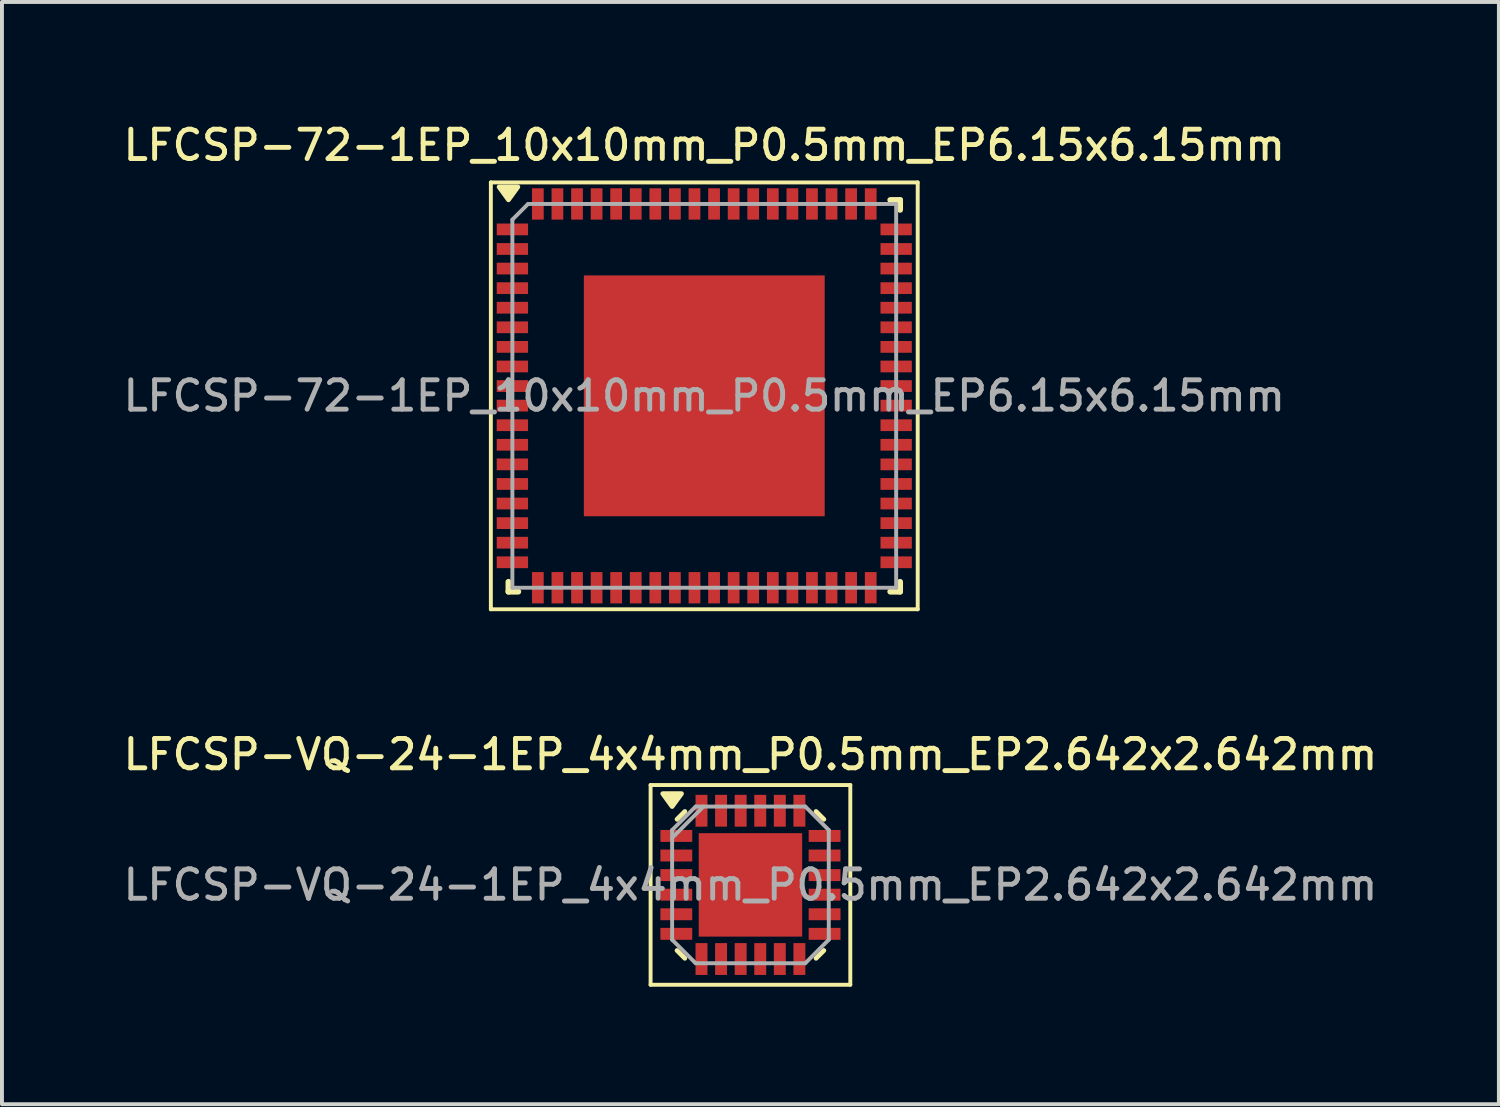
<source format=kicad_pcb>
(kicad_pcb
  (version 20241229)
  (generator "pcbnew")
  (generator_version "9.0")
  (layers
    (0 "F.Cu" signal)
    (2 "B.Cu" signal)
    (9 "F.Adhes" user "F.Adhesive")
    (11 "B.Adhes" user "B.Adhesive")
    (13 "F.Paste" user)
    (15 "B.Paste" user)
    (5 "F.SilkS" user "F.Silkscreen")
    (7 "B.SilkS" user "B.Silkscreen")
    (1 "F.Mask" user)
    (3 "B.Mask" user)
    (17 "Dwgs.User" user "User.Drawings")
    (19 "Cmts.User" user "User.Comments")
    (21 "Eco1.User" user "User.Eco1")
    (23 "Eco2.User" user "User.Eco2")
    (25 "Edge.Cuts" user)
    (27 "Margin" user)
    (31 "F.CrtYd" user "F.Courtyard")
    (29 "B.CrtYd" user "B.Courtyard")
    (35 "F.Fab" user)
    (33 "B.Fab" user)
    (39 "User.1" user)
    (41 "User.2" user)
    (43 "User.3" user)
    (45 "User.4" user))
  (footprint "LFCSP-72-1EP_10x10mm_P0.5mm_EP6.15x6.15mm"
    (layer "F.Cu")
    (at 14.934 7.058)
    (property "Reference" "LFCSP-72-1EP_10x10mm_P0.5mm_EP6.15x6.15mm" (at 0 -6.4 0) (layer "F.SilkS") (effects (font (size 0.75 0.75) (thickness 0.125))))
    (attr smd)
    (fp_line (start -5.45 -5.45) (end 5.45 -5.45) (stroke (width 0.1) (type solid)) (layer "F.SilkS"))
    (fp_line (start -5.45 5.45) (end -5.45 -5.45) (stroke (width 0.1) (type solid)) (layer "F.SilkS"))
    (fp_line (start -5 5) (end -5 4.75) (stroke (width 0.15) (type solid)) (layer "F.SilkS"))
    (fp_line (start -4.75 5) (end -5 5) (stroke (width 0.15) (type solid)) (layer "F.SilkS"))
    (fp_line (start 4.75 -5) (end 5 -5) (stroke (width 0.15) (type solid)) (layer "F.SilkS"))
    (fp_line (start 4.75 5) (end 5 5) (stroke (width 0.15) (type solid)) (layer "F.SilkS"))
    (fp_line (start 5 -5) (end 5 -4.75) (stroke (width 0.15) (type solid)) (layer "F.SilkS"))
    (fp_line (start 5 5) (end 5 4.75) (stroke (width 0.15) (type solid)) (layer "F.SilkS"))
    (fp_line (start 5.45 -5.45) (end 5.45 5.45) (stroke (width 0.1) (type solid)) (layer "F.SilkS"))
    (fp_line (start 5.45 5.45) (end -5.45 5.45) (stroke (width 0.1) (type solid)) (layer "F.SilkS"))
    (fp_poly (pts (xy -5 -5.005) (xy -5.24 -5.335) (xy -4.76 -5.335) (xy -5 -5.005)) (stroke (width 0.12) (type solid)) (fill yes) (layer "F.SilkS"))
    (fp_line (start -4.9 -4.5) (end -4.5 -4.9) (stroke (width 0.1) (type solid)) (layer "F.Fab"))
    (fp_line (start -4.9 4.9) (end -4.9 -4.5) (stroke (width 0.1) (type solid)) (layer "F.Fab"))
    (fp_line (start -4.5 -4.9) (end 4.9 -4.9) (stroke (width 0.1) (type solid)) (layer "F.Fab"))
    (fp_line (start 4.9 -4.9) (end 4.9 4.9) (stroke (width 0.1) (type solid)) (layer "F.Fab"))
    (fp_line (start 4.9 4.9) (end -4.9 4.9) (stroke (width 0.1) (type solid)) (layer "F.Fab"))
    (fp_text user "${REFERENCE}" (at 0 0 0) (layer "F.Fab") (effects (font (size 0.75 0.75) (thickness 0.125))))
    (pad "" smd rect (at -1.4 -1.4) (size 2.5 2.5) (layers "F.Paste"))
    (pad "" smd rect (at -1.4 1.4) (size 2.5 2.5) (layers "F.Paste"))
    (pad "" smd rect (at 1.4 -1.4) (size 2.5 2.5) (layers "F.Paste"))
    (pad "" smd rect (at 1.4 1.4) (size 2.5 2.5) (layers "F.Paste"))
    (pad "1" smd rect (at -4.9 -4.25 90) (size 0.3 0.8) (layers "F.Cu" "F.Mask" "F.Paste"))
    (pad "2" smd rect (at -4.9 -3.75 90) (size 0.3 0.8) (layers "F.Cu" "F.Mask" "F.Paste"))
    (pad "3" smd rect (at -4.9 -3.25 90) (size 0.3 0.8) (layers "F.Cu" "F.Mask" "F.Paste"))
    (pad "4" smd rect (at -4.9 -2.75 90) (size 0.3 0.8) (layers "F.Cu" "F.Mask" "F.Paste"))
    (pad "5" smd rect (at -4.9 -2.25 90) (size 0.3 0.8) (layers "F.Cu" "F.Mask" "F.Paste"))
    (pad "6" smd rect (at -4.9 -1.75 90) (size 0.3 0.8) (layers "F.Cu" "F.Mask" "F.Paste"))
    (pad "7" smd rect (at -4.9 -1.25 90) (size 0.3 0.8) (layers "F.Cu" "F.Mask" "F.Paste"))
    (pad "8" smd rect (at -4.9 -0.75 90) (size 0.3 0.8) (layers "F.Cu" "F.Mask" "F.Paste"))
    (pad "9" smd rect (at -4.9 -0.25 90) (size 0.3 0.8) (layers "F.Cu" "F.Mask" "F.Paste"))
    (pad "10" smd rect (at -4.9 0.25 90) (size 0.3 0.8) (layers "F.Cu" "F.Mask" "F.Paste"))
    (pad "11" smd rect (at -4.9 0.75 90) (size 0.3 0.8) (layers "F.Cu" "F.Mask" "F.Paste"))
    (pad "12" smd rect (at -4.9 1.25 90) (size 0.3 0.8) (layers "F.Cu" "F.Mask" "F.Paste"))
    (pad "13" smd rect (at -4.9 1.75 90) (size 0.3 0.8) (layers "F.Cu" "F.Mask" "F.Paste"))
    (pad "14" smd rect (at -4.9 2.25 90) (size 0.3 0.8) (layers "F.Cu" "F.Mask" "F.Paste"))
    (pad "15" smd rect (at -4.9 2.75 90) (size 0.3 0.8) (layers "F.Cu" "F.Mask" "F.Paste"))
    (pad "16" smd rect (at -4.9 3.25 90) (size 0.3 0.8) (layers "F.Cu" "F.Mask" "F.Paste"))
    (pad "17" smd rect (at -4.9 3.75 90) (size 0.3 0.8) (layers "F.Cu" "F.Mask" "F.Paste"))
    (pad "18" smd rect (at -4.9 4.25 90) (size 0.3 0.8) (layers "F.Cu" "F.Mask" "F.Paste"))
    (pad "19" smd rect (at -4.25 4.9) (size 0.3 0.8) (layers "F.Cu" "F.Mask" "F.Paste"))
    (pad "20" smd rect (at -3.75 4.9) (size 0.3 0.8) (layers "F.Cu" "F.Mask" "F.Paste"))
    (pad "21" smd rect (at -3.25 4.9) (size 0.3 0.8) (layers "F.Cu" "F.Mask" "F.Paste"))
    (pad "22" smd rect (at -2.75 4.9) (size 0.3 0.8) (layers "F.Cu" "F.Mask" "F.Paste"))
    (pad "23" smd rect (at -2.25 4.9) (size 0.3 0.8) (layers "F.Cu" "F.Mask" "F.Paste"))
    (pad "24" smd rect (at -1.75 4.9) (size 0.3 0.8) (layers "F.Cu" "F.Mask" "F.Paste"))
    (pad "25" smd rect (at -1.25 4.9) (size 0.3 0.8) (layers "F.Cu" "F.Mask" "F.Paste"))
    (pad "26" smd rect (at -0.75 4.9) (size 0.3 0.8) (layers "F.Cu" "F.Mask" "F.Paste"))
    (pad "27" smd rect (at -0.25 4.9) (size 0.3 0.8) (layers "F.Cu" "F.Mask" "F.Paste"))
    (pad "28" smd rect (at 0.25 4.9) (size 0.3 0.8) (layers "F.Cu" "F.Mask" "F.Paste"))
    (pad "29" smd rect (at 0.75 4.9) (size 0.3 0.8) (layers "F.Cu" "F.Mask" "F.Paste"))
    (pad "30" smd rect (at 1.25 4.9) (size 0.3 0.8) (layers "F.Cu" "F.Mask" "F.Paste"))
    (pad "31" smd rect (at 1.75 4.9) (size 0.3 0.8) (layers "F.Cu" "F.Mask" "F.Paste"))
    (pad "32" smd rect (at 2.25 4.9) (size 0.3 0.8) (layers "F.Cu" "F.Mask" "F.Paste"))
    (pad "33" smd rect (at 2.75 4.9) (size 0.3 0.8) (layers "F.Cu" "F.Mask" "F.Paste"))
    (pad "34" smd rect (at 3.25 4.9) (size 0.3 0.8) (layers "F.Cu" "F.Mask" "F.Paste"))
    (pad "35" smd rect (at 3.75 4.9) (size 0.3 0.8) (layers "F.Cu" "F.Mask" "F.Paste"))
    (pad "36" smd rect (at 4.25 4.9) (size 0.3 0.8) (layers "F.Cu" "F.Mask" "F.Paste"))
    (pad "37" smd rect (at 4.9 4.25 90) (size 0.3 0.8) (layers "F.Cu" "F.Mask" "F.Paste"))
    (pad "38" smd rect (at 4.9 3.75 90) (size 0.3 0.8) (layers "F.Cu" "F.Mask" "F.Paste"))
    (pad "39" smd rect (at 4.9 3.25 90) (size 0.3 0.8) (layers "F.Cu" "F.Mask" "F.Paste"))
    (pad "40" smd rect (at 4.9 2.75 90) (size 0.3 0.8) (layers "F.Cu" "F.Mask" "F.Paste"))
    (pad "41" smd rect (at 4.9 2.25 90) (size 0.3 0.8) (layers "F.Cu" "F.Mask" "F.Paste"))
    (pad "42" smd rect (at 4.9 1.75 90) (size 0.3 0.8) (layers "F.Cu" "F.Mask" "F.Paste"))
    (pad "43" smd rect (at 4.9 1.25 90) (size 0.3 0.8) (layers "F.Cu" "F.Mask" "F.Paste"))
    (pad "44" smd rect (at 4.9 0.75 90) (size 0.3 0.8) (layers "F.Cu" "F.Mask" "F.Paste"))
    (pad "45" smd rect (at 4.9 0.25 90) (size 0.3 0.8) (layers "F.Cu" "F.Mask" "F.Paste"))
    (pad "46" smd rect (at 4.9 -0.25 90) (size 0.3 0.8) (layers "F.Cu" "F.Mask" "F.Paste"))
    (pad "47" smd rect (at 4.9 -0.75 90) (size 0.3 0.8) (layers "F.Cu" "F.Mask" "F.Paste"))
    (pad "48" smd rect (at 4.9 -1.25 90) (size 0.3 0.8) (layers "F.Cu" "F.Mask" "F.Paste"))
    (pad "49" smd rect (at 4.9 -1.75 90) (size 0.3 0.8) (layers "F.Cu" "F.Mask" "F.Paste"))
    (pad "50" smd rect (at 4.9 -2.25 90) (size 0.3 0.8) (layers "F.Cu" "F.Mask" "F.Paste"))
    (pad "51" smd rect (at 4.9 -2.75 90) (size 0.3 0.8) (layers "F.Cu" "F.Mask" "F.Paste"))
    (pad "52" smd rect (at 4.9 -3.25 90) (size 0.3 0.8) (layers "F.Cu" "F.Mask" "F.Paste"))
    (pad "53" smd rect (at 4.9 -3.75 90) (size 0.3 0.8) (layers "F.Cu" "F.Mask" "F.Paste"))
    (pad "54" smd rect (at 4.9 -4.25 90) (size 0.3 0.8) (layers "F.Cu" "F.Mask" "F.Paste"))
    (pad "55" smd rect (at 4.25 -4.9) (size 0.3 0.8) (layers "F.Cu" "F.Mask" "F.Paste"))
    (pad "56" smd rect (at 3.75 -4.9) (size 0.3 0.8) (layers "F.Cu" "F.Mask" "F.Paste"))
    (pad "57" smd rect (at 3.25 -4.9) (size 0.3 0.8) (layers "F.Cu" "F.Mask" "F.Paste"))
    (pad "58" smd rect (at 2.75 -4.9) (size 0.3 0.8) (layers "F.Cu" "F.Mask" "F.Paste"))
    (pad "59" smd rect (at 2.25 -4.9) (size 0.3 0.8) (layers "F.Cu" "F.Mask" "F.Paste"))
    (pad "60" smd rect (at 1.75 -4.9) (size 0.3 0.8) (layers "F.Cu" "F.Mask" "F.Paste"))
    (pad "61" smd rect (at 1.25 -4.9) (size 0.3 0.8) (layers "F.Cu" "F.Mask" "F.Paste"))
    (pad "62" smd rect (at 0.75 -4.9) (size 0.3 0.8) (layers "F.Cu" "F.Mask" "F.Paste"))
    (pad "63" smd rect (at 0.25 -4.9) (size 0.3 0.8) (layers "F.Cu" "F.Mask" "F.Paste"))
    (pad "64" smd rect (at -0.25 -4.9) (size 0.3 0.8) (layers "F.Cu" "F.Mask" "F.Paste"))
    (pad "65" smd rect (at -0.75 -4.9) (size 0.3 0.8) (layers "F.Cu" "F.Mask" "F.Paste"))
    (pad "66" smd rect (at -1.25 -4.9) (size 0.3 0.8) (layers "F.Cu" "F.Mask" "F.Paste"))
    (pad "67" smd rect (at -1.75 -4.9) (size 0.3 0.8) (layers "F.Cu" "F.Mask" "F.Paste"))
    (pad "68" smd rect (at -2.25 -4.9) (size 0.3 0.8) (layers "F.Cu" "F.Mask" "F.Paste"))
    (pad "69" smd rect (at -2.75 -4.9) (size 0.3 0.8) (layers "F.Cu" "F.Mask" "F.Paste"))
    (pad "70" smd rect (at -3.25 -4.9) (size 0.3 0.8) (layers "F.Cu" "F.Mask" "F.Paste"))
    (pad "71" smd rect (at -3.75 -4.9) (size 0.3 0.8) (layers "F.Cu" "F.Mask" "F.Paste"))
    (pad "72" smd rect (at -4.25 -4.9) (size 0.3 0.8) (layers "F.Cu" "F.Mask" "F.Paste"))
    (pad "73" smd rect (at 0 0) (size 6.15 6.15) (layers "F.Cu" "F.Mask")))
  (footprint "LFCSP-VQ-24-1EP_4x4mm_P0.5mm_EP2.642x2.642mm"
    (layer "F.Cu")
    (at 16.113 19.546)
    (property "Reference" "LFCSP-VQ-24-1EP_4x4mm_P0.5mm_EP2.642x2.642mm" (at 0 -3.33 0) (layer "F.SilkS") (effects (font (size 0.75 0.75) (thickness 0.125))))
    (attr smd)
    (fp_line (start -2.55 -2.55) (end -2.55 2.55) (stroke (width 0.1) (type solid)) (layer "F.SilkS"))
    (fp_line (start -2.55 -2.55) (end 2.55 -2.55) (stroke (width 0.1) (type solid)) (layer "F.SilkS"))
    (fp_line (start -2.55 2.55) (end 2.55 2.55) (stroke (width 0.1) (type solid)) (layer "F.SilkS"))
    (fp_line (start -1.675 -1.875) (end -1.875 -1.675) (stroke (width 0.12) (type solid)) (layer "F.SilkS"))
    (fp_line (start -1.675 1.875) (end -1.875 1.675) (stroke (width 0.12) (type solid)) (layer "F.SilkS"))
    (fp_line (start 1.675 1.875) (end 1.875 1.675) (stroke (width 0.12) (type solid)) (layer "F.SilkS"))
    (fp_line (start 1.875 -1.675) (end 1.675 -1.875) (stroke (width 0.12) (type solid)) (layer "F.SilkS"))
    (fp_line (start 2.55 -2.55) (end 2.55 2.55) (stroke (width 0.1) (type solid)) (layer "F.SilkS"))
    (fp_poly (pts (xy -2 -2) (xy -2.24 -2.33) (xy -1.76 -2.33) (xy -2 -2)) (stroke (width 0.12) (type solid)) (fill yes) (layer "F.SilkS"))
    (fp_line (start -2 -1.4) (end -1.4 -2) (stroke (width 0.1) (type solid)) (layer "F.Fab"))
    (fp_line (start -2 1.4) (end -2 -1.4) (stroke (width 0.1) (type solid)) (layer "F.Fab"))
    (fp_line (start -2 1.4) (end -1.4 2) (stroke (width 0.1) (type solid)) (layer "F.Fab"))
    (fp_line (start -1.4 -2) (end 1.4 -2) (stroke (width 0.1) (type solid)) (layer "F.Fab"))
    (fp_line (start -1.2 -2) (end -2 -1.2) (stroke (width 0.1) (type solid)) (layer "F.Fab"))
    (fp_line (start 1.4 -2) (end 2 -1.4) (stroke (width 0.1) (type solid)) (layer "F.Fab"))
    (fp_line (start 1.4 2) (end -1.4 2) (stroke (width 0.1) (type solid)) (layer "F.Fab"))
    (fp_line (start 1.4 2) (end 2 1.4) (stroke (width 0.1) (type solid)) (layer "F.Fab"))
    (fp_line (start 2 -1.4) (end 2 1.4) (stroke (width 0.1) (type solid)) (layer "F.Fab"))
    (fp_text user "${REFERENCE}" (at 0 0 0) (layer "F.Fab") (effects (font (size 0.75 0.75) (thickness 0.125))))
    (pad "" smd rect (at -0.65 -0.65) (size 1.05 1.05) (layers "F.Paste"))
    (pad "" smd rect (at -0.65 0.65) (size 1.05 1.05) (layers "F.Paste"))
    (pad "" smd rect (at 0.65 -0.65) (size 1.05 1.05) (layers "F.Paste"))
    (pad "" smd rect (at 0.65 0.65) (size 1.05 1.05) (layers "F.Paste"))
    (pad "1" smd rect (at -1.893 -1.25) (size 0.813 0.305) (layers "F.Cu" "F.Mask" "F.Paste"))
    (pad "2" smd rect (at -1.893 -0.75) (size 0.813 0.305) (layers "F.Cu" "F.Mask" "F.Paste"))
    (pad "3" smd rect (at -1.893 -0.25) (size 0.813 0.305) (layers "F.Cu" "F.Mask" "F.Paste"))
    (pad "4" smd rect (at -1.893 0.25) (size 0.813 0.305) (layers "F.Cu" "F.Mask" "F.Paste"))
    (pad "5" smd rect (at -1.893 0.75) (size 0.813 0.305) (layers "F.Cu" "F.Mask" "F.Paste"))
    (pad "6" smd rect (at -1.893 1.25) (size 0.813 0.305) (layers "F.Cu" "F.Mask" "F.Paste"))
    (pad "7" smd rect (at -1.25 1.893 90) (size 0.813 0.305) (layers "F.Cu" "F.Mask" "F.Paste"))
    (pad "8" smd rect (at -0.75 1.893 90) (size 0.813 0.305) (layers "F.Cu" "F.Mask" "F.Paste"))
    (pad "9" smd rect (at -0.25 1.893 90) (size 0.813 0.305) (layers "F.Cu" "F.Mask" "F.Paste"))
    (pad "10" smd rect (at 0.25 1.893 90) (size 0.813 0.305) (layers "F.Cu" "F.Mask" "F.Paste"))
    (pad "11" smd rect (at 0.75 1.893 90) (size 0.813 0.305) (layers "F.Cu" "F.Mask" "F.Paste"))
    (pad "12" smd rect (at 1.25 1.893 90) (size 0.813 0.305) (layers "F.Cu" "F.Mask" "F.Paste"))
    (pad "13" smd rect (at 1.893 1.25) (size 0.813 0.305) (layers "F.Cu" "F.Mask" "F.Paste"))
    (pad "14" smd rect (at 1.893 0.75) (size 0.813 0.305) (layers "F.Cu" "F.Mask" "F.Paste"))
    (pad "15" smd rect (at 1.893 0.25) (size 0.813 0.305) (layers "F.Cu" "F.Mask" "F.Paste"))
    (pad "16" smd rect (at 1.893 -0.25) (size 0.813 0.305) (layers "F.Cu" "F.Mask" "F.Paste"))
    (pad "17" smd rect (at 1.893 -0.75) (size 0.813 0.305) (layers "F.Cu" "F.Mask" "F.Paste"))
    (pad "18" smd rect (at 1.893 -1.25) (size 0.813 0.305) (layers "F.Cu" "F.Mask" "F.Paste"))
    (pad "19" smd rect (at 1.25 -1.893 90) (size 0.813 0.305) (layers "F.Cu" "F.Mask" "F.Paste"))
    (pad "20" smd rect (at 0.75 -1.893 90) (size 0.813 0.305) (layers "F.Cu" "F.Mask" "F.Paste"))
    (pad "21" smd rect (at 0.25 -1.893 90) (size 0.813 0.305) (layers "F.Cu" "F.Mask" "F.Paste"))
    (pad "22" smd rect (at -0.25 -1.893 90) (size 0.813 0.305) (layers "F.Cu" "F.Mask" "F.Paste"))
    (pad "23" smd rect (at -0.75 -1.893 90) (size 0.813 0.305) (layers "F.Cu" "F.Mask" "F.Paste"))
    (pad "24" smd rect (at -1.25 -1.893 90) (size 0.813 0.305) (layers "F.Cu" "F.Mask" "F.Paste"))
    (pad "25" smd rect (at 0 0) (size 2.642 2.642) (layers "F.Cu" "F.Mask")))
  (gr_rect
    (start -3 -3)
    (end 35.225 25.146)
    (stroke (width 0.1) (type default))
    (fill no)
    (layer "Edge.Cuts")))
</source>
